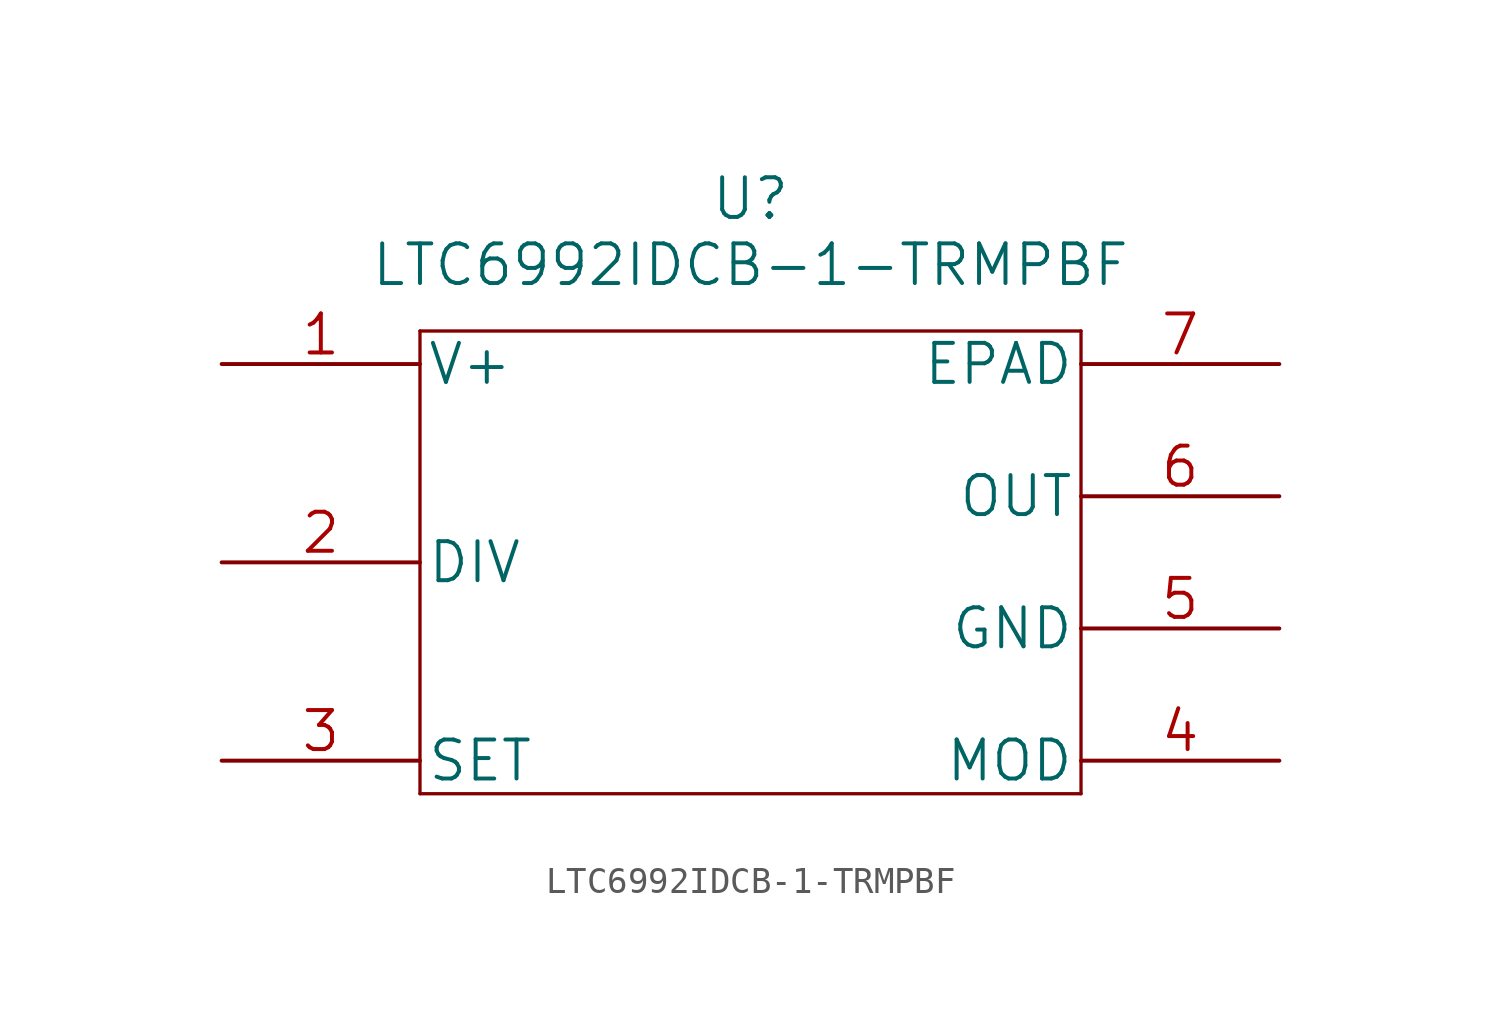
<source format=kicad_sym>
(kicad_symbol_lib
  (version 20211014)
  (generator kicad_symbol_editor)
  (symbol "LTC6992IDCB-1-TRMPBF"
    (pin_names
      (offset 0.254))
    (property "Reference" "U"
      (at 20.32 10.16 0)
      (effects (font (size 1.524 1.524))))
    (property "Value" "LTC6992IDCB-1-TRMPBF"
      (at 20.32 7.62 0)
      (effects (font (size 1.524 1.524))))
    (property "Datasheet" ""
      (at 0 0 0)
      (effects (font (size 1.524 1.524))))
    (property "ki_locked" ""
      (at 0 0 0)
      (effects (font (size 1.27 1.27))))
    (symbol "LTC6992IDCB-1-TRMPBF_1_1"
      (polyline (pts (xy 7.62 -12.7) (xy 33.02 -12.7)) (stroke (width 0.127) (type default) (color 0 0 0 0)) (fill (type none)))
      (polyline (pts (xy 7.62 5.08) (xy 7.62 -12.7)) (stroke (width 0.127) (type default) (color 0 0 0 0)) (fill (type none)))
      (polyline (pts (xy 33.02 -12.7) (xy 33.02 5.08)) (stroke (width 0.127) (type default) (color 0 0 0 0)) (fill (type none)))
      (polyline (pts (xy 33.02 5.08) (xy 7.62 5.08)) (stroke (width 0.127) (type default) (color 0 0 0 0)) (fill (type none)))
      (pin power_in line (at 0 3.81 0) (length 7.62) (name "V+" (effects (font (size 1.499 1.499)))) (number "1" (effects (font (size 1.499 1.499)))))
      (pin input line (at 0 -3.81 0) (length 7.62) (name "DIV" (effects (font (size 1.499 1.499)))) (number "2" (effects (font (size 1.499 1.499)))))
      (pin input line (at 0 -11.43 0) (length 7.62) (name "SET" (effects (font (size 1.499 1.499)))) (number "3" (effects (font (size 1.499 1.499)))))
      (pin bidirectional line (at 40.64 -11.43 180) (length 7.62) (name "MOD" (effects (font (size 1.499 1.499)))) (number "4" (effects (font (size 1.499 1.499)))))
      (pin power_in line (at 40.64 -6.35 180) (length 7.62) (name "GND" (effects (font (size 1.499 1.499)))) (number "5" (effects (font (size 1.499 1.499)))))
      (pin output line (at 40.64 -1.27 180) (length 7.62) (name "OUT" (effects (font (size 1.499 1.499)))) (number "6" (effects (font (size 1.499 1.499)))))
      (pin passive line (at 40.64 3.81 180) (length 7.62) (name "EPAD" (effects (font (size 1.499 1.499)))) (number "7" (effects (font (size 1.499 1.499))))))))
</source>
